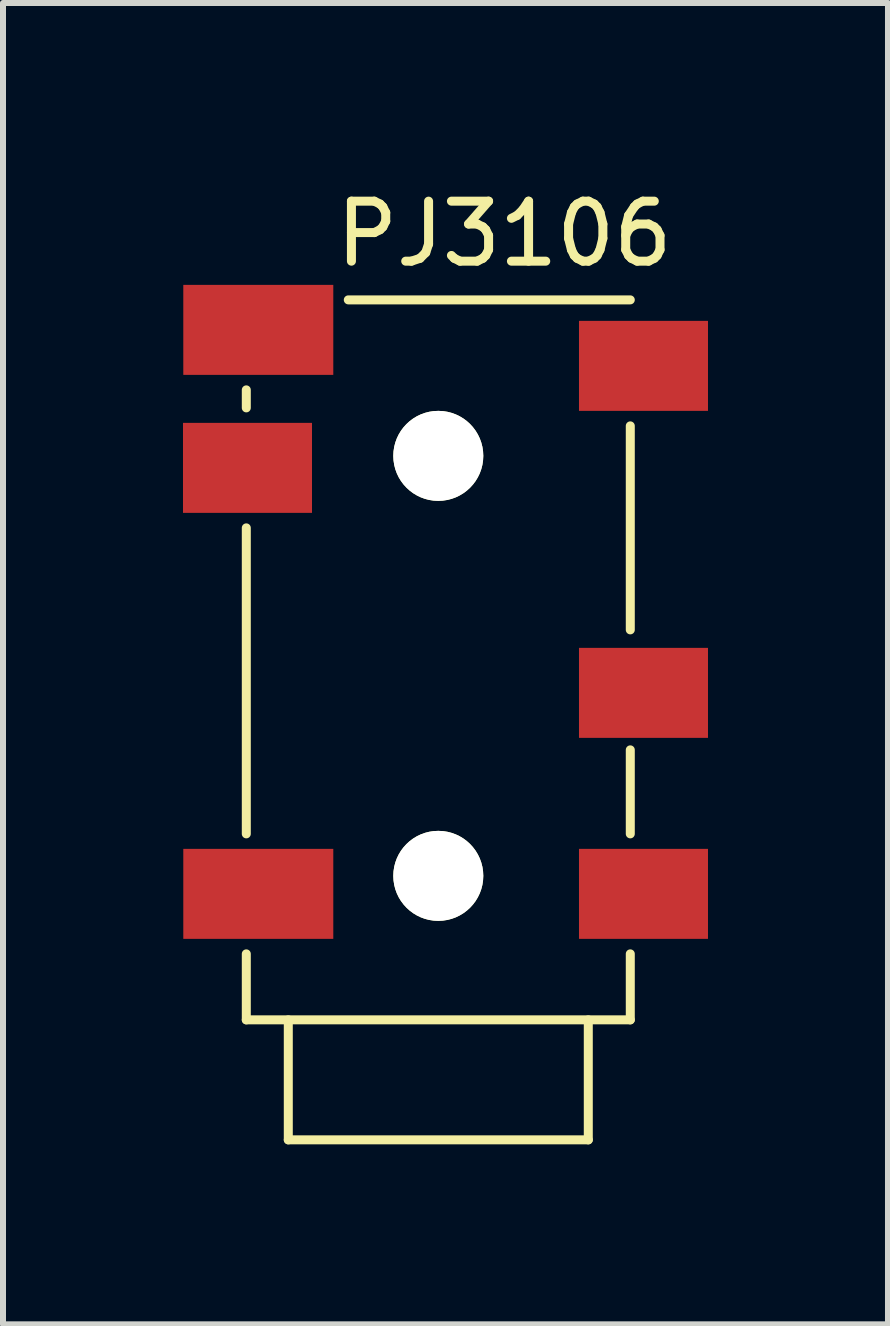
<source format=kicad_pcb>
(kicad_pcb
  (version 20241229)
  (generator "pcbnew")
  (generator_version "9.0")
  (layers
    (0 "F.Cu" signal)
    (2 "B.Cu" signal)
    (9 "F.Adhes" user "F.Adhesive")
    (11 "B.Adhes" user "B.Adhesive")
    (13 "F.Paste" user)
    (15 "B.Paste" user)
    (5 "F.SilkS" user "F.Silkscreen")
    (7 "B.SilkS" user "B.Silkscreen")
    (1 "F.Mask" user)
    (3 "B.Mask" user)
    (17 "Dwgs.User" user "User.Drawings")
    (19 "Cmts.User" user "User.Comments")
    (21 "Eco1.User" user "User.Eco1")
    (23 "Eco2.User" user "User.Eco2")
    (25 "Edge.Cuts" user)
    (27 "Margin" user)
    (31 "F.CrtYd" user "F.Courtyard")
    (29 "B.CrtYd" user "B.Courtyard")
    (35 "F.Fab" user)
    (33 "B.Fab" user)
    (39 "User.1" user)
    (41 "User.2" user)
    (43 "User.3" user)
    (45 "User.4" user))
  (footprint "PJ3106"
    (layer "F.Cu")
    (at 4.255 4.548)
    (property "Reference" "PJ3106" (at 1.1 -3.7 0) (layer "F.SilkS") (effects (font (size 1 1) (thickness 0.15))))
    (attr through_hole)
    (fp_line (start -3.2 -0.8) (end -3.2 -1.1) (stroke (width 0.15) (type solid)) (layer "F.SilkS"))
    (fp_line (start -3.2 6.3) (end -3.2 1.2) (stroke (width 0.15) (type solid)) (layer "F.SilkS"))
    (fp_line (start -3.2 9.4) (end -3.2 8.3) (stroke (width 0.15) (type solid)) (layer "F.SilkS"))
    (fp_line (start -3.2 9.4) (end 3.2 9.4) (stroke (width 0.15) (type solid)) (layer "F.SilkS"))
    (fp_line (start -2.5 11.4) (end -2.5 9.4) (stroke (width 0.15) (type solid)) (layer "F.SilkS"))
    (fp_line (start -2.5 11.4) (end 2.5 11.4) (stroke (width 0.15) (type solid)) (layer "F.SilkS"))
    (fp_line (start -1.5 -2.6) (end 3.2 -2.6) (stroke (width 0.15) (type solid)) (layer "F.SilkS"))
    (fp_line (start 2.5 11.4) (end 2.5 9.4) (stroke (width 0.15) (type solid)) (layer "F.SilkS"))
    (fp_line (start 3.2 -0.5) (end 3.2 2.9) (stroke (width 0.15) (type solid)) (layer "F.SilkS"))
    (fp_line (start 3.2 4.9) (end 3.2 6.3) (stroke (width 0.15) (type solid)) (layer "F.SilkS"))
    (fp_line (start 3.2 9.4) (end 3.2 8.3) (stroke (width 0.15) (type solid)) (layer "F.SilkS"))
    (pad "" np_thru_hole circle (at 0 0) (size 1.5 1.5) (drill 1.5) (layers "*.Cu" "*.Mask" "F.SilkS"))
    (pad "" np_thru_hole circle (at 0 7) (size 1.5 1.5) (drill 1.5) (layers "*.Cu" "*.Mask" "F.SilkS"))
    (pad "2" smd rect (at -3 7.3) (size 2.5 1.5) (layers "F.Cu" "F.Mask" "F.Paste"))
    (pad "3" smd rect (at -3.18 0.2) (size 2.15 1.5) (layers "F.Cu" "F.Mask" "F.Paste"))
    (pad "4" smd rect (at -3 -2.1) (size 2.5 1.5) (layers "F.Cu" "F.Mask" "F.Paste"))
    (pad "5" smd rect (at 3.42 -1.5) (size 2.15 1.5) (layers "F.Cu" "F.Mask" "F.Paste"))
    (pad "6" smd rect (at 3.42 3.95) (size 2.15 1.5) (layers "F.Cu" "F.Mask" "F.Paste"))
    (pad "7" smd rect (at 3.42 7.3) (size 2.15 1.5) (layers "F.Cu" "F.Mask" "F.Paste")))
  (gr_rect
    (start -3 -3)
    (end 11.75 19.023)
    (stroke (width 0.1) (type default))
    (fill no)
    (layer "Edge.Cuts")))
</source>
